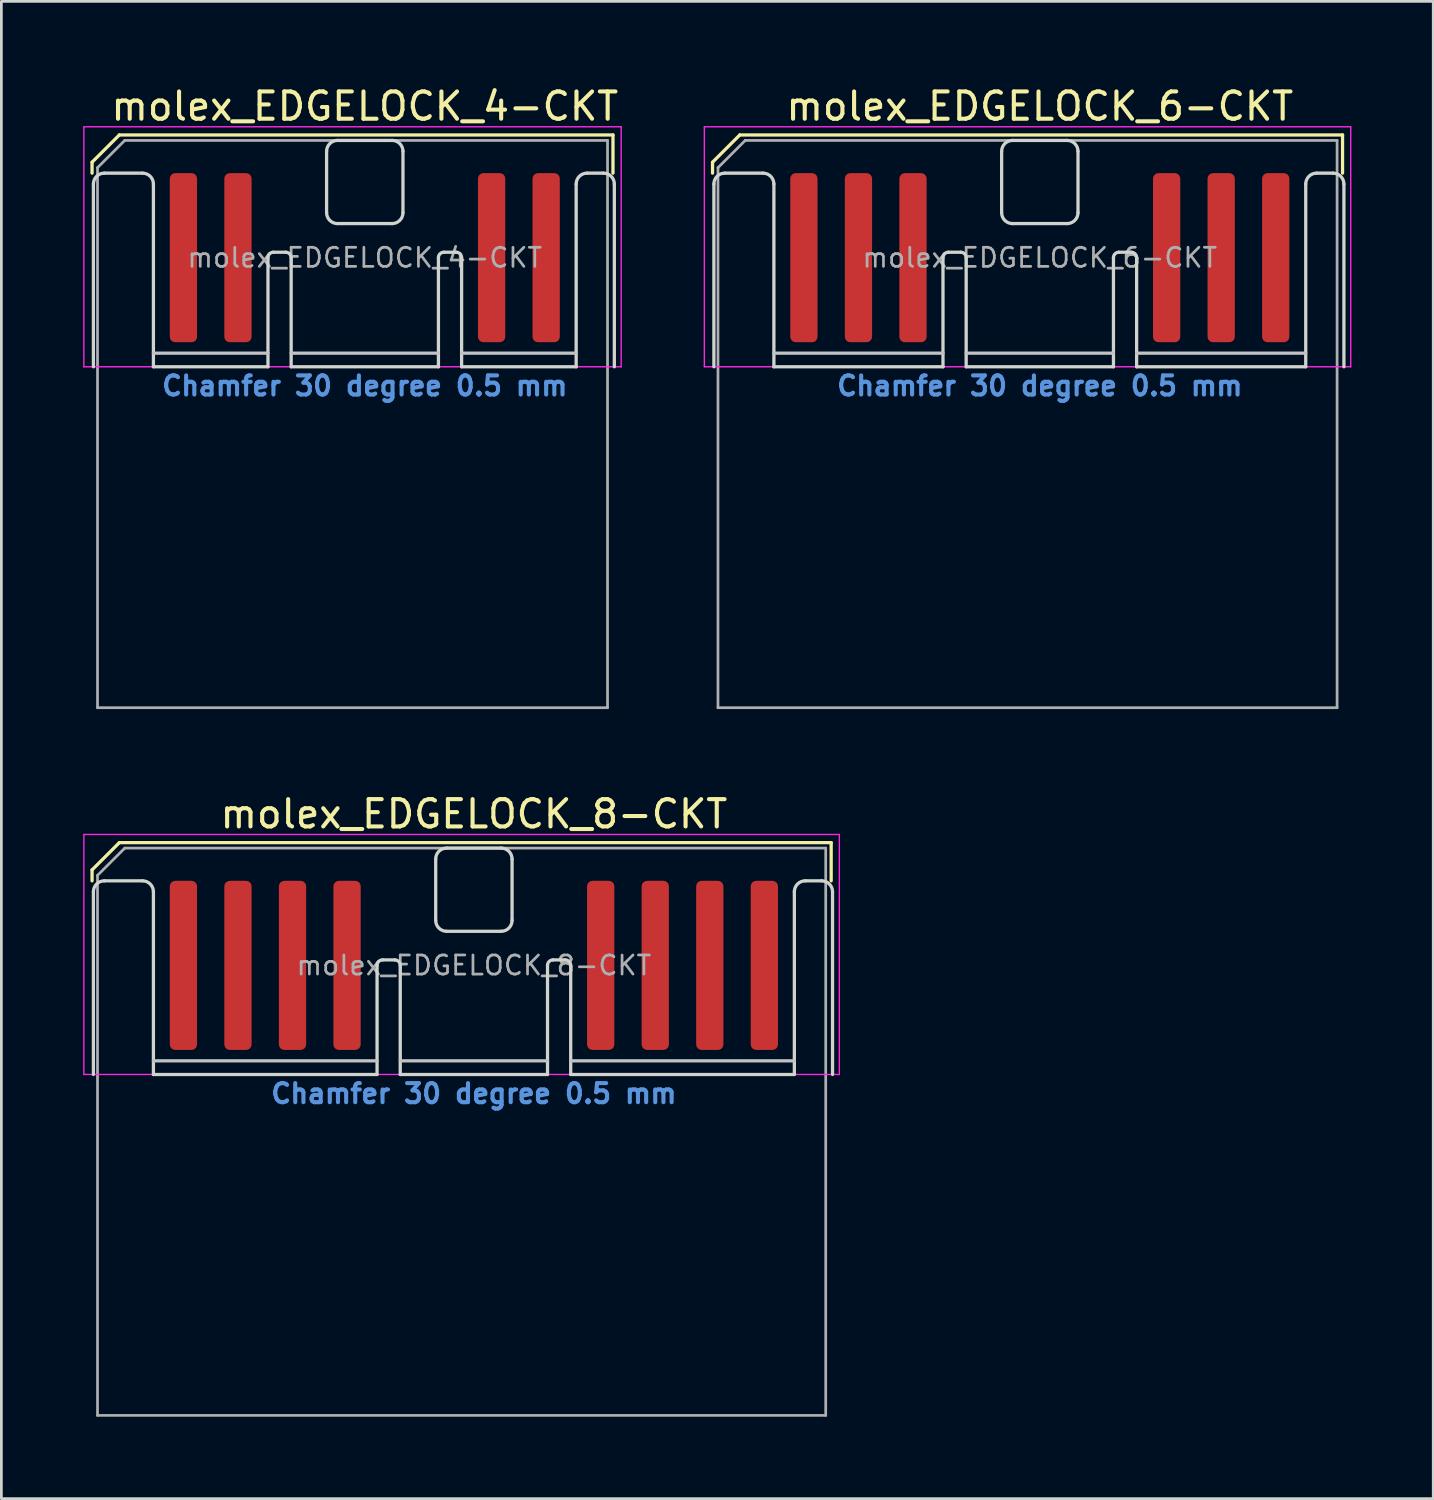
<source format=kicad_pcb>
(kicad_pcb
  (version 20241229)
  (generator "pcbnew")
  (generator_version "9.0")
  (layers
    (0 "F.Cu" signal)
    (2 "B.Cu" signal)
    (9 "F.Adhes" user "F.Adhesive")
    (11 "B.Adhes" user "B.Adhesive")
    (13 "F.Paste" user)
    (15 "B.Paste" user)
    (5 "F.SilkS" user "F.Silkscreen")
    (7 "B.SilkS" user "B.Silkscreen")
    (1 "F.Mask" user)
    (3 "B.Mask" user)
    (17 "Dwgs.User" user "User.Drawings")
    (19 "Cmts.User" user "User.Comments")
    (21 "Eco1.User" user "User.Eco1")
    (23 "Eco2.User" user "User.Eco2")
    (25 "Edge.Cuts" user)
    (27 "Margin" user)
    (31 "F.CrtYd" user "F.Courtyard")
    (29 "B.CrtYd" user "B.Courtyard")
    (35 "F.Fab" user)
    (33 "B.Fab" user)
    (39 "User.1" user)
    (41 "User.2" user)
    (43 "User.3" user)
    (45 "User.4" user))
  (footprint "molex_EDGELOCK_8-CKT"
    (layer "F.Cu")
    (at 14.325 32.346)
    (property "Reference" "molex_EDGELOCK_8-CKT" (at 0 -5.55 0) (layer "F.SilkS") (effects (font (size 1 1) (thickness 0.15))))
    (attr exclude_from_pos_files exclude_from_bom)
    (fp_line (start -14 -3.5) (end -13 -4.5) (stroke (width 0.12) (type solid)) (layer "F.SilkS"))
    (fp_line (start -14 -3.1) (end -14 -3.5) (stroke (width 0.12) (type solid)) (layer "F.SilkS"))
    (fp_line (start -13 -4.5) (end 13.1 -4.5) (stroke (width 0.12) (type solid)) (layer "F.SilkS"))
    (fp_line (start 13.1 -4.5) (end 13.1 -3.1) (stroke (width 0.12) (type solid)) (layer "F.SilkS"))
    (fp_line (start -11.75 3.5) (end -3.55 3.5) (stroke (width 0.12) (type solid)) (layer "Dwgs.User"))
    (fp_line (start -2.7 3.5) (end 2.7 3.5) (stroke (width 0.12) (type solid)) (layer "Dwgs.User"))
    (fp_line (start 3.55 3.5) (end 11.75 3.5) (stroke (width 0.12) (type solid)) (layer "Dwgs.User"))
    (fp_line (start -13.95 4) (end -13.95 -2.7) (stroke (width 0.12) (type solid)) (layer "Edge.Cuts"))
    (fp_line (start -13.55 -3.1) (end -12.15 -3.1) (stroke (width 0.12) (type solid)) (layer "Edge.Cuts"))
    (fp_line (start -11.75 -2.7) (end -11.75 4) (stroke (width 0.12) (type solid)) (layer "Edge.Cuts"))
    (fp_line (start -11.75 4) (end -3.55 4) (stroke (width 0.12) (type solid)) (layer "Edge.Cuts"))
    (fp_line (start -3.55 4) (end -3.55 0) (stroke (width 0.12) (type solid)) (layer "Edge.Cuts"))
    (fp_line (start -3.35 -0.2) (end -2.9 -0.2) (stroke (width 0.12) (type solid)) (layer "Edge.Cuts"))
    (fp_line (start -2.7 0) (end -2.7 4) (stroke (width 0.12) (type solid)) (layer "Edge.Cuts"))
    (fp_line (start -2.7 4) (end 2.7 4) (stroke (width 0.12) (type solid)) (layer "Edge.Cuts"))
    (fp_line (start -1.4 -3.9) (end -1.4 -1.65) (stroke (width 0.12) (type solid)) (layer "Edge.Cuts"))
    (fp_line (start -1 -1.25) (end 1 -1.25) (stroke (width 0.12) (type solid)) (layer "Edge.Cuts"))
    (fp_line (start 1 -4.3) (end -1 -4.3) (stroke (width 0.12) (type solid)) (layer "Edge.Cuts"))
    (fp_line (start 1.4 -1.65) (end 1.4 -3.9) (stroke (width 0.12) (type solid)) (layer "Edge.Cuts"))
    (fp_line (start 2.7 4) (end 2.7 0) (stroke (width 0.12) (type solid)) (layer "Edge.Cuts"))
    (fp_line (start 2.9 -0.2) (end 3.35 -0.2) (stroke (width 0.12) (type solid)) (layer "Edge.Cuts"))
    (fp_line (start 3.55 0) (end 3.55 4) (stroke (width 0.12) (type solid)) (layer "Edge.Cuts"))
    (fp_line (start 3.55 4) (end 11.75 4) (stroke (width 0.12) (type solid)) (layer "Edge.Cuts"))
    (fp_line (start 11.75 4) (end 11.75 -2.7) (stroke (width 0.12) (type solid)) (layer "Edge.Cuts"))
    (fp_line (start 12.15 -3.1) (end 12.75 -3.1) (stroke (width 0.12) (type solid)) (layer "Edge.Cuts"))
    (fp_line (start 13.15 -2.7) (end 13.15 4) (stroke (width 0.12) (type solid)) (layer "Edge.Cuts"))
    (fp_arc (start -13.95 -2.7) (mid -13.832843 -2.982843) (end -13.55 -3.1) (stroke (width 0.12) (type solid)) (layer "Edge.Cuts"))
    (fp_arc (start -12.15 -3.1) (mid -11.867157 -2.982843) (end -11.75 -2.7) (stroke (width 0.12) (type solid)) (layer "Edge.Cuts"))
    (fp_arc (start -3.55 0) (mid -3.491421 -0.141421) (end -3.35 -0.2) (stroke (width 0.12) (type solid)) (layer "Edge.Cuts"))
    (fp_arc (start -2.9 -0.2) (mid -2.758579 -0.141421) (end -2.7 0) (stroke (width 0.12) (type solid)) (layer "Edge.Cuts"))
    (fp_arc (start -1.4 -3.9) (mid -1.282843 -4.182843) (end -1 -4.3) (stroke (width 0.12) (type solid)) (layer "Edge.Cuts"))
    (fp_arc (start -1 -1.25) (mid -1.282843 -1.367157) (end -1.4 -1.65) (stroke (width 0.12) (type solid)) (layer "Edge.Cuts"))
    (fp_arc (start 1 -4.3) (mid 1.282843 -4.182843) (end 1.4 -3.9) (stroke (width 0.12) (type solid)) (layer "Edge.Cuts"))
    (fp_arc (start 1.4 -1.65) (mid 1.282843 -1.367157) (end 1 -1.25) (stroke (width 0.12) (type solid)) (layer "Edge.Cuts"))
    (fp_arc (start 2.7 0) (mid 2.758579 -0.141421) (end 2.9 -0.2) (stroke (width 0.12) (type solid)) (layer "Edge.Cuts"))
    (fp_arc (start 3.35 -0.2) (mid 3.491421 -0.141421) (end 3.55 0) (stroke (width 0.12) (type solid)) (layer "Edge.Cuts"))
    (fp_arc (start 11.75 -2.7) (mid 11.867157 -2.982843) (end 12.15 -3.1) (stroke (width 0.12) (type solid)) (layer "Edge.Cuts"))
    (fp_arc (start 12.75 -3.1) (mid 13.032843 -2.982843) (end 13.15 -2.7) (stroke (width 0.12) (type solid)) (layer "Edge.Cuts"))
    (fp_line (start -14.3 -4.8) (end -14.3 4) (stroke (width 0.05) (type solid)) (layer "F.CrtYd"))
    (fp_line (start -14.3 4) (end 13.4 4) (stroke (width 0.05) (type solid)) (layer "F.CrtYd"))
    (fp_line (start 13.4 -4.8) (end -14.3 -4.8) (stroke (width 0.05) (type solid)) (layer "F.CrtYd"))
    (fp_line (start 13.4 4) (end 13.4 -4.8) (stroke (width 0.05) (type solid)) (layer "F.CrtYd"))
    (fp_line (start -13.8 -3.3) (end -12.8 -4.3) (stroke (width 0.1) (type solid)) (layer "F.Fab"))
    (fp_line (start -13.8 16.5) (end -13.8 -3.3) (stroke (width 0.1) (type solid)) (layer "F.Fab"))
    (fp_line (start -12.8 -4.3) (end 12.9 -4.3) (stroke (width 0.1) (type solid)) (layer "F.Fab"))
    (fp_line (start 12.9 -4.3) (end 12.9 16.5) (stroke (width 0.1) (type solid)) (layer "F.Fab"))
    (fp_line (start 12.9 16.5) (end -13.8 16.5) (stroke (width 0.1) (type solid)) (layer "F.Fab"))
    (fp_text user "Chamfer 30 degree 0.5 mm" (at 0 4.7 0) (layer "Cmts.User") (effects (font (size 0.7 0.7) (thickness 0.15))))
    (fp_text user "${REFERENCE}" (at 0 0 0) (layer "F.Fab") (effects (font (size 0.7 0.7) (thickness 0.1))))
    (pad "1" connect roundrect (at -10.65 0) (size 1 6.2) (layers "F.Cu" "F.Mask") (roundrect_rratio 0.2))
    (pad "2" connect roundrect (at -8.65 0) (size 1 6.2) (layers "F.Cu" "F.Mask") (roundrect_rratio 0.2))
    (pad "3" connect roundrect (at -6.65 0) (size 1 6.2) (layers "F.Cu" "F.Mask") (roundrect_rratio 0.2))
    (pad "4" connect roundrect (at -4.65 0) (size 1 6.2) (layers "F.Cu" "F.Mask") (roundrect_rratio 0.2))
    (pad "5" connect roundrect (at 4.65 0) (size 1 6.2) (layers "F.Cu" "F.Mask") (roundrect_rratio 0.2))
    (pad "6" connect roundrect (at 6.65 0) (size 1 6.2) (layers "F.Cu" "F.Mask") (roundrect_rratio 0.2))
    (pad "7" connect roundrect (at 8.65 0) (size 1 6.2) (layers "F.Cu" "F.Mask") (roundrect_rratio 0.2))
    (pad "8" connect roundrect (at 10.65 0) (size 1 6.2) (layers "F.Cu" "F.Mask") (roundrect_rratio 0.2)))
  (footprint "molex_EDGELOCK_6-CKT"
    (layer "F.Cu")
    (at 35.075 6.398)
    (property "Reference" "molex_EDGELOCK_6-CKT" (at 0 -5.55 0) (layer "F.SilkS") (effects (font (size 1 1) (thickness 0.15))))
    (attr exclude_from_pos_files exclude_from_bom)
    (fp_line (start -12 -3.5) (end -11 -4.5) (stroke (width 0.12) (type solid)) (layer "F.SilkS"))
    (fp_line (start -12 -3.1) (end -12 -3.5) (stroke (width 0.12) (type solid)) (layer "F.SilkS"))
    (fp_line (start -11 -4.5) (end 11.1 -4.5) (stroke (width 0.12) (type solid)) (layer "F.SilkS"))
    (fp_line (start 11.1 -4.5) (end 11.1 -3.1) (stroke (width 0.12) (type solid)) (layer "F.SilkS"))
    (fp_line (start -9.75 3.5) (end -3.55 3.5) (stroke (width 0.12) (type solid)) (layer "Dwgs.User"))
    (fp_line (start -2.7 3.5) (end 2.7 3.5) (stroke (width 0.12) (type solid)) (layer "Dwgs.User"))
    (fp_line (start 3.55 3.5) (end 9.75 3.5) (stroke (width 0.12) (type solid)) (layer "Dwgs.User"))
    (fp_line (start -11.95 4) (end -11.95 -2.7) (stroke (width 0.12) (type solid)) (layer "Edge.Cuts"))
    (fp_line (start -11.55 -3.1) (end -10.15 -3.1) (stroke (width 0.12) (type solid)) (layer "Edge.Cuts"))
    (fp_line (start -9.75 -2.7) (end -9.75 4) (stroke (width 0.12) (type solid)) (layer "Edge.Cuts"))
    (fp_line (start -9.75 4) (end -3.55 4) (stroke (width 0.12) (type solid)) (layer "Edge.Cuts"))
    (fp_line (start -3.55 4) (end -3.55 0) (stroke (width 0.12) (type solid)) (layer "Edge.Cuts"))
    (fp_line (start -3.35 -0.2) (end -2.9 -0.2) (stroke (width 0.12) (type solid)) (layer "Edge.Cuts"))
    (fp_line (start -2.7 0) (end -2.7 4) (stroke (width 0.12) (type solid)) (layer "Edge.Cuts"))
    (fp_line (start -2.7 4) (end 2.7 4) (stroke (width 0.12) (type solid)) (layer "Edge.Cuts"))
    (fp_line (start -1.4 -3.9) (end -1.4 -1.65) (stroke (width 0.12) (type solid)) (layer "Edge.Cuts"))
    (fp_line (start -1 -1.25) (end 1 -1.25) (stroke (width 0.12) (type solid)) (layer "Edge.Cuts"))
    (fp_line (start 1 -4.3) (end -1 -4.3) (stroke (width 0.12) (type solid)) (layer "Edge.Cuts"))
    (fp_line (start 1.4 -1.65) (end 1.4 -3.9) (stroke (width 0.12) (type solid)) (layer "Edge.Cuts"))
    (fp_line (start 2.7 4) (end 2.7 0) (stroke (width 0.12) (type solid)) (layer "Edge.Cuts"))
    (fp_line (start 2.9 -0.2) (end 3.35 -0.2) (stroke (width 0.12) (type solid)) (layer "Edge.Cuts"))
    (fp_line (start 3.55 0) (end 3.55 4) (stroke (width 0.12) (type solid)) (layer "Edge.Cuts"))
    (fp_line (start 3.55 4) (end 9.75 4) (stroke (width 0.12) (type solid)) (layer "Edge.Cuts"))
    (fp_line (start 9.75 4) (end 9.75 -2.7) (stroke (width 0.12) (type solid)) (layer "Edge.Cuts"))
    (fp_line (start 10.15 -3.1) (end 10.75 -3.1) (stroke (width 0.12) (type solid)) (layer "Edge.Cuts"))
    (fp_line (start 11.15 -2.7) (end 11.15 4) (stroke (width 0.12) (type solid)) (layer "Edge.Cuts"))
    (fp_arc (start -11.95 -2.7) (mid -11.832843 -2.982843) (end -11.55 -3.1) (stroke (width 0.12) (type solid)) (layer "Edge.Cuts"))
    (fp_arc (start -10.15 -3.1) (mid -9.867157 -2.982843) (end -9.75 -2.7) (stroke (width 0.12) (type solid)) (layer "Edge.Cuts"))
    (fp_arc (start -3.55 0) (mid -3.491421 -0.141421) (end -3.35 -0.2) (stroke (width 0.12) (type solid)) (layer "Edge.Cuts"))
    (fp_arc (start -2.9 -0.2) (mid -2.758579 -0.141421) (end -2.7 0) (stroke (width 0.12) (type solid)) (layer "Edge.Cuts"))
    (fp_arc (start -1.4 -3.9) (mid -1.282843 -4.182843) (end -1 -4.3) (stroke (width 0.12) (type solid)) (layer "Edge.Cuts"))
    (fp_arc (start -1 -1.25) (mid -1.282843 -1.367157) (end -1.4 -1.65) (stroke (width 0.12) (type solid)) (layer "Edge.Cuts"))
    (fp_arc (start 1 -4.3) (mid 1.282843 -4.182843) (end 1.4 -3.9) (stroke (width 0.12) (type solid)) (layer "Edge.Cuts"))
    (fp_arc (start 1.4 -1.65) (mid 1.282843 -1.367157) (end 1 -1.25) (stroke (width 0.12) (type solid)) (layer "Edge.Cuts"))
    (fp_arc (start 2.7 0) (mid 2.758579 -0.141421) (end 2.9 -0.2) (stroke (width 0.12) (type solid)) (layer "Edge.Cuts"))
    (fp_arc (start 3.35 -0.2) (mid 3.491421 -0.141421) (end 3.55 0) (stroke (width 0.12) (type solid)) (layer "Edge.Cuts"))
    (fp_arc (start 9.75 -2.7) (mid 9.867157 -2.982843) (end 10.15 -3.1) (stroke (width 0.12) (type solid)) (layer "Edge.Cuts"))
    (fp_arc (start 10.75 -3.1) (mid 11.032843 -2.982843) (end 11.15 -2.7) (stroke (width 0.12) (type solid)) (layer "Edge.Cuts"))
    (fp_line (start -12.3 -4.8) (end -12.3 4) (stroke (width 0.05) (type solid)) (layer "F.CrtYd"))
    (fp_line (start -12.3 4) (end 11.4 4) (stroke (width 0.05) (type solid)) (layer "F.CrtYd"))
    (fp_line (start 11.4 -4.8) (end -12.3 -4.8) (stroke (width 0.05) (type solid)) (layer "F.CrtYd"))
    (fp_line (start 11.4 4) (end 11.4 -4.8) (stroke (width 0.05) (type solid)) (layer "F.CrtYd"))
    (fp_line (start -11.8 -3.3) (end -10.8 -4.3) (stroke (width 0.1) (type solid)) (layer "F.Fab"))
    (fp_line (start -11.8 16.5) (end -11.8 -3.3) (stroke (width 0.1) (type solid)) (layer "F.Fab"))
    (fp_line (start -10.8 -4.3) (end 10.9 -4.3) (stroke (width 0.1) (type solid)) (layer "F.Fab"))
    (fp_line (start 10.9 -4.3) (end 10.9 16.5) (stroke (width 0.1) (type solid)) (layer "F.Fab"))
    (fp_line (start 10.9 16.5) (end -11.8 16.5) (stroke (width 0.1) (type solid)) (layer "F.Fab"))
    (fp_text user "Chamfer 30 degree 0.5 mm" (at 0 4.7 0) (layer "Cmts.User") (effects (font (size 0.7 0.7) (thickness 0.15))))
    (fp_text user "${REFERENCE}" (at 0 0 0) (layer "F.Fab") (effects (font (size 0.7 0.7) (thickness 0.1))))
    (pad "1" connect roundrect (at -8.65 0) (size 1 6.2) (layers "F.Cu" "F.Mask") (roundrect_rratio 0.2))
    (pad "2" connect roundrect (at -6.65 0) (size 1 6.2) (layers "F.Cu" "F.Mask") (roundrect_rratio 0.2))
    (pad "3" connect roundrect (at -4.65 0) (size 1 6.2) (layers "F.Cu" "F.Mask") (roundrect_rratio 0.2))
    (pad "4" connect roundrect (at 4.65 0) (size 1 6.2) (layers "F.Cu" "F.Mask") (roundrect_rratio 0.2))
    (pad "5" connect roundrect (at 6.65 0) (size 1 6.2) (layers "F.Cu" "F.Mask") (roundrect_rratio 0.2))
    (pad "6" connect roundrect (at 8.65 0) (size 1 6.2) (layers "F.Cu" "F.Mask") (roundrect_rratio 0.2)))
  (footprint "molex_EDGELOCK_4-CKT"
    (layer "F.Cu")
    (at 10.325 6.398)
    (property "Reference" "molex_EDGELOCK_4-CKT" (at 0 -5.55 0) (layer "F.SilkS") (effects (font (size 1 1) (thickness 0.15))))
    (attr exclude_from_pos_files exclude_from_bom)
    (fp_line (start -10 -3.5) (end -9 -4.5) (stroke (width 0.12) (type solid)) (layer "F.SilkS"))
    (fp_line (start -10 -3.1) (end -10 -3.5) (stroke (width 0.12) (type solid)) (layer "F.SilkS"))
    (fp_line (start -9 -4.5) (end 9.1 -4.5) (stroke (width 0.12) (type solid)) (layer "F.SilkS"))
    (fp_line (start 9.1 -4.5) (end 9.1 -3.1) (stroke (width 0.12) (type solid)) (layer "F.SilkS"))
    (fp_line (start -7.75 3.5) (end -3.55 3.5) (stroke (width 0.12) (type solid)) (layer "Dwgs.User"))
    (fp_line (start -2.7 3.5) (end 2.7 3.5) (stroke (width 0.12) (type solid)) (layer "Dwgs.User"))
    (fp_line (start 3.55 3.5) (end 7.75 3.5) (stroke (width 0.12) (type solid)) (layer "Dwgs.User"))
    (fp_line (start -9.95 4) (end -9.95 -2.7) (stroke (width 0.12) (type solid)) (layer "Edge.Cuts"))
    (fp_line (start -9.55 -3.1) (end -8.15 -3.1) (stroke (width 0.12) (type solid)) (layer "Edge.Cuts"))
    (fp_line (start -7.75 -2.7) (end -7.75 4) (stroke (width 0.12) (type solid)) (layer "Edge.Cuts"))
    (fp_line (start -7.75 4) (end -3.55 4) (stroke (width 0.12) (type solid)) (layer "Edge.Cuts"))
    (fp_line (start -3.55 4) (end -3.55 0) (stroke (width 0.12) (type solid)) (layer "Edge.Cuts"))
    (fp_line (start -3.35 -0.2) (end -2.9 -0.2) (stroke (width 0.12) (type solid)) (layer "Edge.Cuts"))
    (fp_line (start -2.7 0) (end -2.7 4) (stroke (width 0.12) (type solid)) (layer "Edge.Cuts"))
    (fp_line (start -2.7 4) (end 2.7 4) (stroke (width 0.12) (type solid)) (layer "Edge.Cuts"))
    (fp_line (start -1.4 -3.9) (end -1.4 -1.65) (stroke (width 0.12) (type solid)) (layer "Edge.Cuts"))
    (fp_line (start -1 -1.25) (end 1 -1.25) (stroke (width 0.12) (type solid)) (layer "Edge.Cuts"))
    (fp_line (start 1 -4.3) (end -1 -4.3) (stroke (width 0.12) (type solid)) (layer "Edge.Cuts"))
    (fp_line (start 1.4 -1.65) (end 1.4 -3.9) (stroke (width 0.12) (type solid)) (layer "Edge.Cuts"))
    (fp_line (start 2.7 4) (end 2.7 0) (stroke (width 0.12) (type solid)) (layer "Edge.Cuts"))
    (fp_line (start 2.9 -0.2) (end 3.35 -0.2) (stroke (width 0.12) (type solid)) (layer "Edge.Cuts"))
    (fp_line (start 3.55 0) (end 3.55 4) (stroke (width 0.12) (type solid)) (layer "Edge.Cuts"))
    (fp_line (start 3.55 4) (end 7.75 4) (stroke (width 0.12) (type solid)) (layer "Edge.Cuts"))
    (fp_line (start 7.75 4) (end 7.75 -2.7) (stroke (width 0.12) (type solid)) (layer "Edge.Cuts"))
    (fp_line (start 8.15 -3.1) (end 8.75 -3.1) (stroke (width 0.12) (type solid)) (layer "Edge.Cuts"))
    (fp_line (start 9.15 -2.7) (end 9.15 4) (stroke (width 0.12) (type solid)) (layer "Edge.Cuts"))
    (fp_arc (start -9.95 -2.7) (mid -9.832843 -2.982843) (end -9.55 -3.1) (stroke (width 0.12) (type solid)) (layer "Edge.Cuts"))
    (fp_arc (start -8.15 -3.1) (mid -7.867157 -2.982843) (end -7.75 -2.7) (stroke (width 0.12) (type solid)) (layer "Edge.Cuts"))
    (fp_arc (start -3.55 0) (mid -3.491421 -0.141421) (end -3.35 -0.2) (stroke (width 0.12) (type solid)) (layer "Edge.Cuts"))
    (fp_arc (start -2.9 -0.2) (mid -2.758579 -0.141421) (end -2.7 0) (stroke (width 0.12) (type solid)) (layer "Edge.Cuts"))
    (fp_arc (start -1.4 -3.9) (mid -1.282843 -4.182843) (end -1 -4.3) (stroke (width 0.12) (type solid)) (layer "Edge.Cuts"))
    (fp_arc (start -1 -1.25) (mid -1.282843 -1.367157) (end -1.4 -1.65) (stroke (width 0.12) (type solid)) (layer "Edge.Cuts"))
    (fp_arc (start 1 -4.3) (mid 1.282843 -4.182843) (end 1.4 -3.9) (stroke (width 0.12) (type solid)) (layer "Edge.Cuts"))
    (fp_arc (start 1.4 -1.65) (mid 1.282843 -1.367157) (end 1 -1.25) (stroke (width 0.12) (type solid)) (layer "Edge.Cuts"))
    (fp_arc (start 2.7 0) (mid 2.758579 -0.141421) (end 2.9 -0.2) (stroke (width 0.12) (type solid)) (layer "Edge.Cuts"))
    (fp_arc (start 3.35 -0.2) (mid 3.491421 -0.141421) (end 3.55 0) (stroke (width 0.12) (type solid)) (layer "Edge.Cuts"))
    (fp_arc (start 7.75 -2.7) (mid 7.867157 -2.982843) (end 8.15 -3.1) (stroke (width 0.12) (type solid)) (layer "Edge.Cuts"))
    (fp_arc (start 8.75 -3.1) (mid 9.032843 -2.982843) (end 9.15 -2.7) (stroke (width 0.12) (type solid)) (layer "Edge.Cuts"))
    (fp_line (start -10.3 -4.8) (end -10.3 4) (stroke (width 0.05) (type solid)) (layer "F.CrtYd"))
    (fp_line (start -10.3 4) (end 9.4 4) (stroke (width 0.05) (type solid)) (layer "F.CrtYd"))
    (fp_line (start 9.4 -4.8) (end -10.3 -4.8) (stroke (width 0.05) (type solid)) (layer "F.CrtYd"))
    (fp_line (start 9.4 4) (end 9.4 -4.8) (stroke (width 0.05) (type solid)) (layer "F.CrtYd"))
    (fp_line (start -9.8 -3.3) (end -8.8 -4.3) (stroke (width 0.1) (type solid)) (layer "F.Fab"))
    (fp_line (start -9.8 16.5) (end -9.8 -3.3) (stroke (width 0.1) (type solid)) (layer "F.Fab"))
    (fp_line (start -8.8 -4.3) (end 8.9 -4.3) (stroke (width 0.1) (type solid)) (layer "F.Fab"))
    (fp_line (start 8.9 -4.3) (end 8.9 16.5) (stroke (width 0.1) (type solid)) (layer "F.Fab"))
    (fp_line (start 8.9 16.5) (end -9.8 16.5) (stroke (width 0.1) (type solid)) (layer "F.Fab"))
    (fp_text user "Chamfer 30 degree 0.5 mm" (at 0 4.7 0) (layer "Cmts.User") (effects (font (size 0.7 0.7) (thickness 0.15))))
    (fp_text user "${REFERENCE}" (at 0 0 0) (layer "F.Fab") (effects (font (size 0.7 0.7) (thickness 0.1))))
    (pad "1" connect roundrect (at -6.65 0) (size 1 6.2) (layers "F.Cu" "F.Mask") (roundrect_rratio 0.2))
    (pad "2" connect roundrect (at -4.65 0) (size 1 6.2) (layers "F.Cu" "F.Mask") (roundrect_rratio 0.2))
    (pad "3" connect roundrect (at 4.65 0) (size 1 6.2) (layers "F.Cu" "F.Mask") (roundrect_rratio 0.2))
    (pad "4" connect roundrect (at 6.65 0) (size 1 6.2) (layers "F.Cu" "F.Mask") (roundrect_rratio 0.2)))
  (gr_rect
    (start -3 -3)
    (end 49.5 51.897)
    (stroke (width 0.1) (type default))
    (fill no)
    (layer "Edge.Cuts")))
</source>
